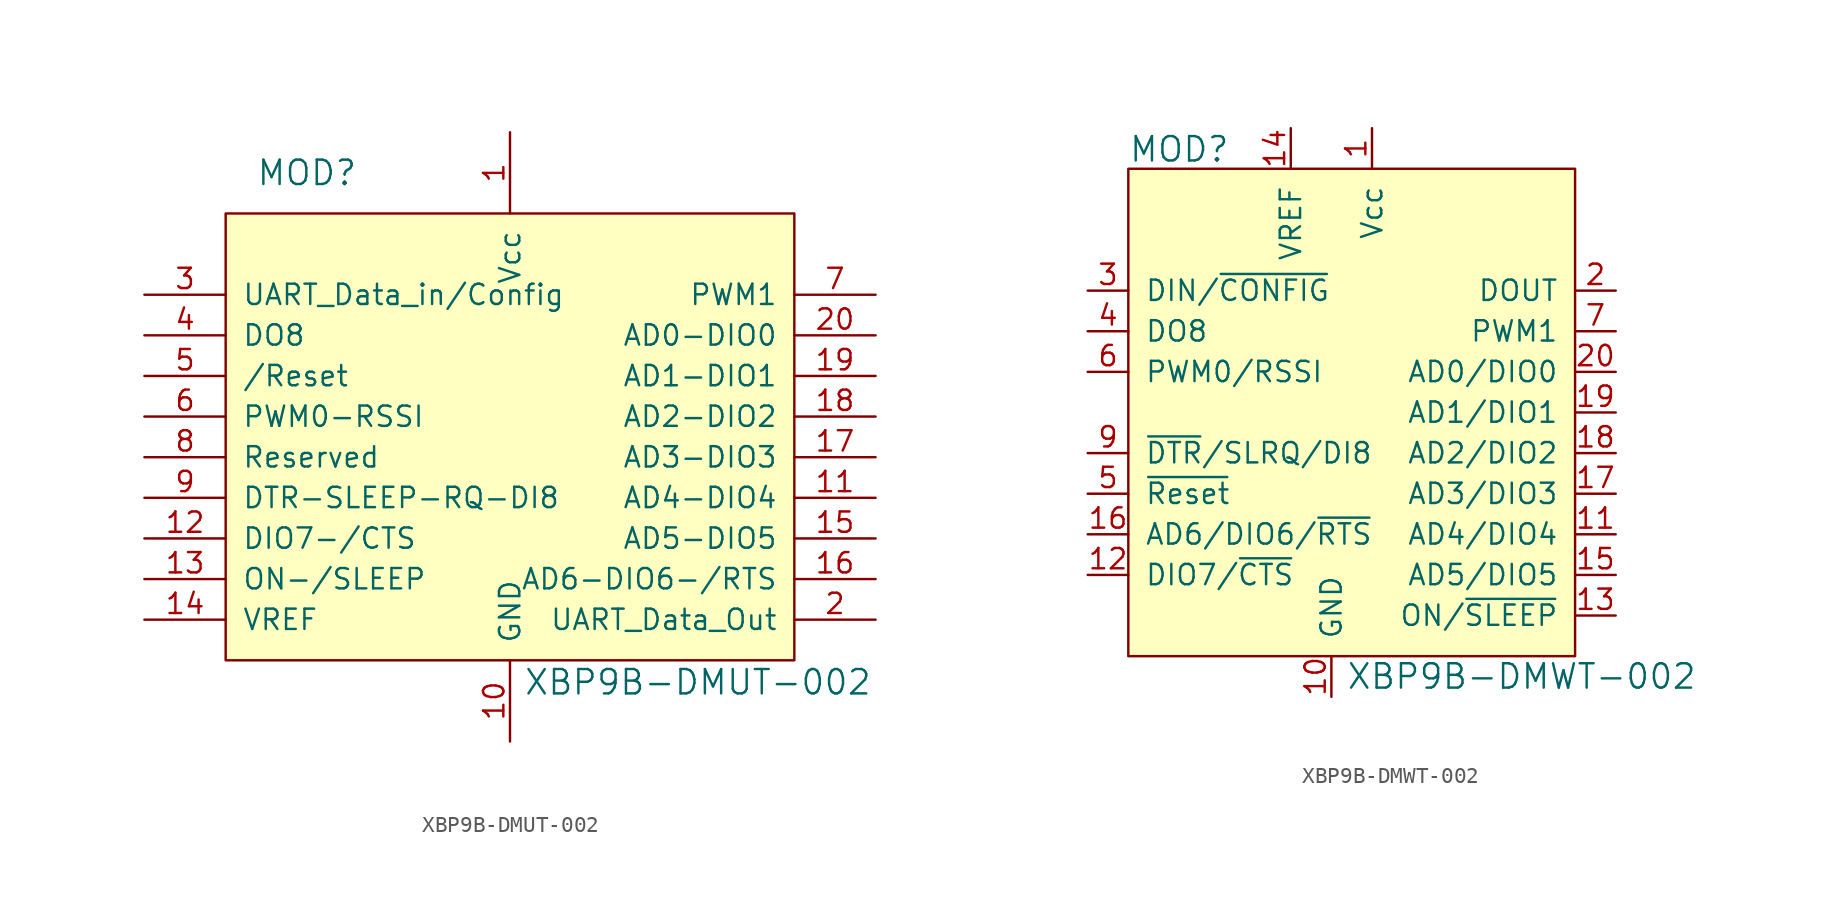
<source format=kicad_sym>
(kicad_symbol_lib
  (version 20211014)
  (generator kicad_symbol_editor)
  (symbol "XBP9B-DMUT-002"
    (pin_names
      (offset 1.016))
    (property "Reference" "MOD"
      (at -12.7 10.16 0)
      (effects (font (size 1.524 1.524))))
    (property "Value" "XBP9B-DMUT-002"
      (at 0.838 -21.692 0)
      (effects (font (size 1.524 1.524)) (justify left)))
    (symbol "XBP9B-DMUT-002_0_1"
      (rectangle (start -17.78 7.62) (end 17.78 -20.32) (stroke (width 0) (type default) (color 0 0 0 0)) (fill (type background))))
    (symbol "XBP9B-DMUT-002_1_1"
      (pin power_in line (at 0 12.7 270) (length 5.08) (name "Vcc" (effects (font (size 1.27 1.27)))) (number "1" (effects (font (size 1.27 1.27)))))
      (pin power_in line (at 0 -25.4 90) (length 5.08) (name "GND" (effects (font (size 1.27 1.27)))) (number "10" (effects (font (size 1.27 1.27)))))
      (pin bidirectional line (at 22.86 -10.16 180) (length 5.08) (name "AD4-DIO4" (effects (font (size 1.27 1.27)))) (number "11" (effects (font (size 1.27 1.27)))))
      (pin bidirectional line (at -22.86 -12.7 0) (length 5.08) (name "DIO7-/CTS" (effects (font (size 1.27 1.27)))) (number "12" (effects (font (size 1.27 1.27)))))
      (pin input line (at -22.86 -15.24 0) (length 5.08) (name "ON-/SLEEP" (effects (font (size 1.27 1.27)))) (number "13" (effects (font (size 1.27 1.27)))))
      (pin input line (at -22.86 -17.78 0) (length 5.08) (name "VREF" (effects (font (size 1.27 1.27)))) (number "14" (effects (font (size 1.27 1.27)))))
      (pin bidirectional line (at 22.86 -12.7 180) (length 5.08) (name "AD5-DIO5" (effects (font (size 1.27 1.27)))) (number "15" (effects (font (size 1.27 1.27)))))
      (pin bidirectional line (at 22.86 -15.24 180) (length 5.08) (name "AD6-DIO6-/RTS" (effects (font (size 1.27 1.27)))) (number "16" (effects (font (size 1.27 1.27)))))
      (pin bidirectional line (at 22.86 -7.62 180) (length 5.08) (name "AD3-DIO3" (effects (font (size 1.27 1.27)))) (number "17" (effects (font (size 1.27 1.27)))))
      (pin bidirectional line (at 22.86 -5.08 180) (length 5.08) (name "AD2-DIO2" (effects (font (size 1.27 1.27)))) (number "18" (effects (font (size 1.27 1.27)))))
      (pin bidirectional line (at 22.86 -2.54 180) (length 5.08) (name "AD1-DIO1" (effects (font (size 1.27 1.27)))) (number "19" (effects (font (size 1.27 1.27)))))
      (pin output line (at 22.86 -17.78 180) (length 5.08) (name "UART_Data_Out" (effects (font (size 1.27 1.27)))) (number "2" (effects (font (size 1.27 1.27)))))
      (pin bidirectional line (at 22.86 0 180) (length 5.08) (name "AD0-DIO0" (effects (font (size 1.27 1.27)))) (number "20" (effects (font (size 1.27 1.27)))))
      (pin input line (at -22.86 2.54 0) (length 5.08) (name "UART_Data_in/Config" (effects (font (size 1.27 1.27)))) (number "3" (effects (font (size 1.27 1.27)))))
      (pin bidirectional line (at -22.86 0 0) (length 5.08) (name "DO8" (effects (font (size 1.27 1.27)))) (number "4" (effects (font (size 1.27 1.27)))))
      (pin input line (at -22.86 -2.54 0) (length 5.08) (name "/Reset" (effects (font (size 1.27 1.27)))) (number "5" (effects (font (size 1.27 1.27)))))
      (pin bidirectional line (at -22.86 -5.08 0) (length 5.08) (name "PWM0-RSSI" (effects (font (size 1.27 1.27)))) (number "6" (effects (font (size 1.27 1.27)))))
      (pin output line (at 22.86 2.54 180) (length 5.08) (name "PWM1" (effects (font (size 1.27 1.27)))) (number "7" (effects (font (size 1.27 1.27)))))
      (pin bidirectional line (at -22.86 -7.62 0) (length 5.08) (name "Reserved" (effects (font (size 1.27 1.27)))) (number "8" (effects (font (size 1.27 1.27)))))
      (pin bidirectional line (at -22.86 -10.16 0) (length 5.08) (name "DTR-SLEEP-RQ-DI8" (effects (font (size 1.27 1.27)))) (number "9" (effects (font (size 1.27 1.27)))))))
  (symbol "XBP9B-DMWT-002"
    (pin_names
      (offset 1.016))
    (property "Reference" "MOD"
      (at -12.7 29.159 0)
      (effects (font (size 1.524 1.524)) (justify left)))
    (property "Value" "XBP9B-DMWT-002"
      (at 0.914 -3.81 0)
      (effects (font (size 1.524 1.524)) (justify left)))
    (symbol "XBP9B-DMWT-002_0_1"
      (rectangle (start -12.7 27.94) (end 15.24 -2.54) (stroke (width 0) (type default) (color 0 0 0 0)) (fill (type background))))
    (symbol "XBP9B-DMWT-002_1_1"
      (pin power_in line (at 2.54 30.48 270) (length 2.54) (name "Vcc" (effects (font (size 1.27 1.27)))) (number "1" (effects (font (size 1.27 1.27)))))
      (pin power_in line (at 0 -5.08 90) (length 2.54) (name "GND" (effects (font (size 1.27 1.27)))) (number "10" (effects (font (size 1.27 1.27)))))
      (pin bidirectional line (at 17.78 5.08 180) (length 2.54) (name "AD4/DIO4" (effects (font (size 1.27 1.27)))) (number "11" (effects (font (size 1.27 1.27)))))
      (pin bidirectional line (at -15.24 2.54 0) (length 2.54) (name "DIO7/~{CTS}" (effects (font (size 1.27 1.27)))) (number "12" (effects (font (size 1.27 1.27)))))
      (pin input line (at 17.78 0 180) (length 2.54) (name "ON/~{SLEEP}" (effects (font (size 1.27 1.27)))) (number "13" (effects (font (size 1.27 1.27)))))
      (pin input line (at -2.54 30.48 270) (length 2.54) (name "VREF" (effects (font (size 1.27 1.27)))) (number "14" (effects (font (size 1.27 1.27)))))
      (pin bidirectional line (at 17.78 2.54 180) (length 2.54) (name "AD5/DIO5" (effects (font (size 1.27 1.27)))) (number "15" (effects (font (size 1.27 1.27)))))
      (pin bidirectional line (at -15.24 5.08 0) (length 2.54) (name "AD6/DIO6/~{RTS}" (effects (font (size 1.27 1.27)))) (number "16" (effects (font (size 1.27 1.27)))))
      (pin bidirectional line (at 17.78 7.62 180) (length 2.54) (name "AD3/DIO3" (effects (font (size 1.27 1.27)))) (number "17" (effects (font (size 1.27 1.27)))))
      (pin bidirectional line (at 17.78 10.16 180) (length 2.54) (name "AD2/DIO2" (effects (font (size 1.27 1.27)))) (number "18" (effects (font (size 1.27 1.27)))))
      (pin bidirectional line (at 17.78 12.7 180) (length 2.54) (name "AD1/DIO1" (effects (font (size 1.27 1.27)))) (number "19" (effects (font (size 1.27 1.27)))))
      (pin output line (at 17.78 20.32 180) (length 2.54) (name "DOUT" (effects (font (size 1.27 1.27)))) (number "2" (effects (font (size 1.27 1.27)))))
      (pin bidirectional line (at 17.78 15.24 180) (length 2.54) (name "AD0/DIO0" (effects (font (size 1.27 1.27)))) (number "20" (effects (font (size 1.27 1.27)))))
      (pin input line (at -15.24 20.32 0) (length 2.54) (name "DIN/~{CONFIG}" (effects (font (size 1.27 1.27)))) (number "3" (effects (font (size 1.27 1.27)))))
      (pin bidirectional line (at -15.24 17.78 0) (length 2.54) (name "DO8" (effects (font (size 1.27 1.27)))) (number "4" (effects (font (size 1.27 1.27)))))
      (pin input line (at -15.24 7.62 0) (length 2.54) (name "~{Reset}" (effects (font (size 1.27 1.27)))) (number "5" (effects (font (size 1.27 1.27)))))
      (pin bidirectional line (at -15.24 15.24 0) (length 2.54) (name "PWM0/RSSI" (effects (font (size 1.27 1.27)))) (number "6" (effects (font (size 1.27 1.27)))))
      (pin output line (at 17.78 17.78 180) (length 2.54) (name "PWM1" (effects (font (size 1.27 1.27)))) (number "7" (effects (font (size 1.27 1.27)))))
      (pin no_connect line (at -12.7 12.7 0) (length 2.54) hide (name "Reserved" (effects (font (size 1.27 1.27)))) (number "8" (effects (font (size 1.27 1.27)))))
      (pin bidirectional line (at -15.24 10.16 0) (length 2.54) (name "~{DTR}/SLRQ/DI8" (effects (font (size 1.27 1.27)))) (number "9" (effects (font (size 1.27 1.27))))))))
</source>
